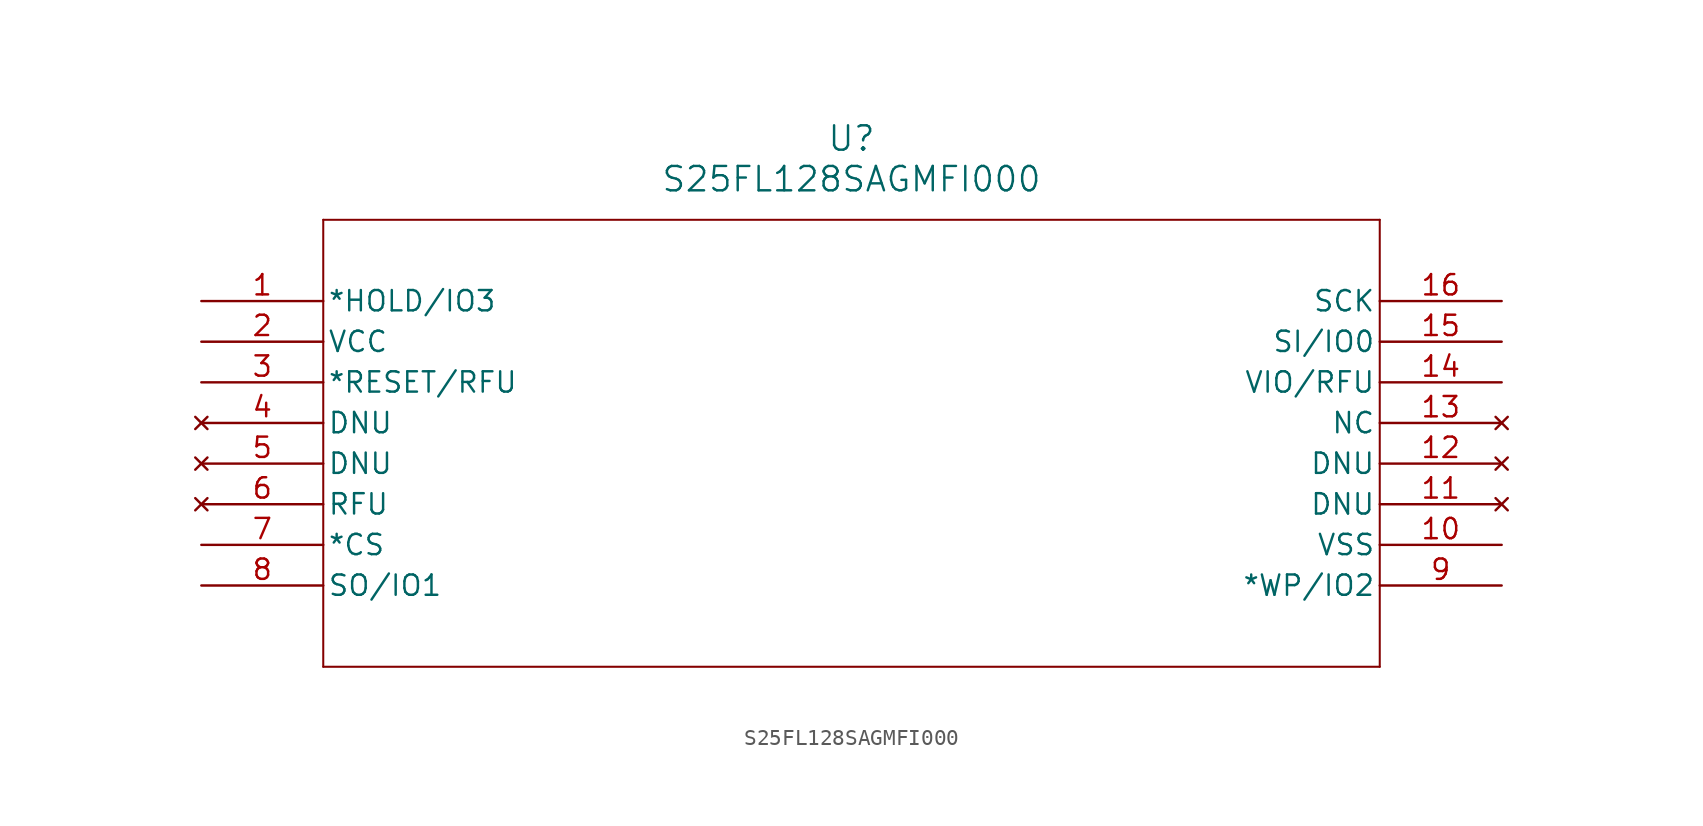
<source format=kicad_sym>
(kicad_symbol_lib
  (version 20211014)
  (generator kicad_symbol_editor)
  (symbol "S25FL128SAGMFI000"
    (pin_names
      (offset 0.254))
    (property "Reference" "U"
      (at 40.64 10.16 0)
      (effects (font (size 1.524 1.524))))
    (property "Value" "S25FL128SAGMFI000"
      (at 40.64 7.62 0)
      (effects (font (size 1.524 1.524))))
    (symbol "S25FL128SAGMFI000_0_1"
      (polyline (pts (xy 7.62 5.08) (xy 7.62 -22.86)) (stroke (width 0.127) (type default) (color 0 0 0 0)) (fill (type none)))
      (polyline (pts (xy 7.62 -22.86) (xy 73.66 -22.86)) (stroke (width 0.127) (type default) (color 0 0 0 0)) (fill (type none)))
      (polyline (pts (xy 73.66 -22.86) (xy 73.66 5.08)) (stroke (width 0.127) (type default) (color 0 0 0 0)) (fill (type none)))
      (polyline (pts (xy 73.66 5.08) (xy 7.62 5.08)) (stroke (width 0.127) (type default) (color 0 0 0 0)) (fill (type none)))
      (pin bidirectional line (at 0 0 0) (length 7.62) (name "*HOLD/IO3" (effects (font (size 1.27 1.27)))) (number "1" (effects (font (size 1.27 1.27)))))
      (pin power_in line (at 0 -2.54 0) (length 7.62) (name "VCC" (effects (font (size 1.27 1.27)))) (number "2" (effects (font (size 1.27 1.27)))))
      (pin bidirectional line (at 0 -5.08 0) (length 7.62) (name "*RESET/RFU" (effects (font (size 1.27 1.27)))) (number "3" (effects (font (size 1.27 1.27)))))
      (pin no_connect line (at 0 -7.62 0) (length 7.62) (name "DNU" (effects (font (size 1.27 1.27)))) (number "4" (effects (font (size 1.27 1.27)))))
      (pin no_connect line (at 0 -10.16 0) (length 7.62) (name "DNU" (effects (font (size 1.27 1.27)))) (number "5" (effects (font (size 1.27 1.27)))))
      (pin no_connect line (at 0 -12.7 0) (length 7.62) (name "RFU" (effects (font (size 1.27 1.27)))) (number "6" (effects (font (size 1.27 1.27)))))
      (pin input line (at 0 -15.24 0) (length 7.62) (name "*CS" (effects (font (size 1.27 1.27)))) (number "7" (effects (font (size 1.27 1.27)))))
      (pin bidirectional line (at 0 -17.78 0) (length 7.62) (name "SO/IO1" (effects (font (size 1.27 1.27)))) (number "8" (effects (font (size 1.27 1.27)))))
      (pin bidirectional line (at 81.28 -17.78 180) (length 7.62) (name "*WP/IO2" (effects (font (size 1.27 1.27)))) (number "9" (effects (font (size 1.27 1.27)))))
      (pin power_in line (at 81.28 -15.24 180) (length 7.62) (name "VSS" (effects (font (size 1.27 1.27)))) (number "10" (effects (font (size 1.27 1.27)))))
      (pin no_connect line (at 81.28 -12.7 180) (length 7.62) (name "DNU" (effects (font (size 1.27 1.27)))) (number "11" (effects (font (size 1.27 1.27)))))
      (pin no_connect line (at 81.28 -10.16 180) (length 7.62) (name "DNU" (effects (font (size 1.27 1.27)))) (number "12" (effects (font (size 1.27 1.27)))))
      (pin no_connect line (at 81.28 -7.62 180) (length 7.62) (name "NC" (effects (font (size 1.27 1.27)))) (number "13" (effects (font (size 1.27 1.27)))))
      (pin bidirectional line (at 81.28 -5.08 180) (length 7.62) (name "VIO/RFU" (effects (font (size 1.27 1.27)))) (number "14" (effects (font (size 1.27 1.27)))))
      (pin bidirectional line (at 81.28 -2.54 180) (length 7.62) (name "SI/IO0" (effects (font (size 1.27 1.27)))) (number "15" (effects (font (size 1.27 1.27)))))
      (pin input line (at 81.28 0 180) (length 7.62) (name "SCK" (effects (font (size 1.27 1.27)))) (number "16" (effects (font (size 1.27 1.27))))))))
</source>
